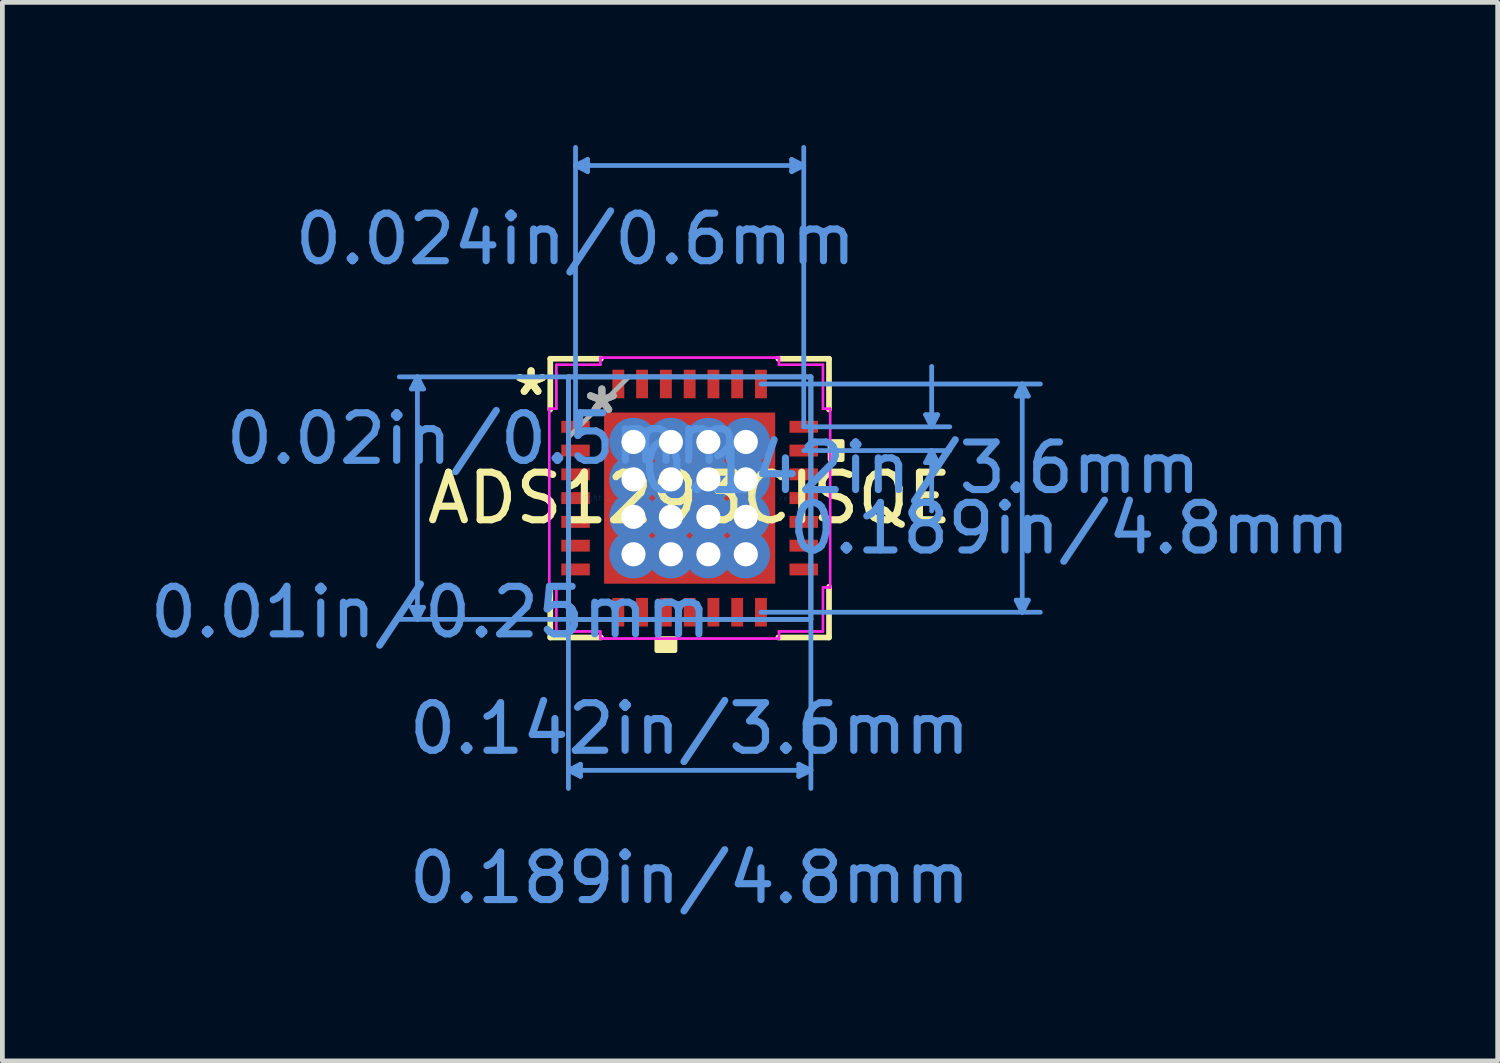
<source format=kicad_pcb>
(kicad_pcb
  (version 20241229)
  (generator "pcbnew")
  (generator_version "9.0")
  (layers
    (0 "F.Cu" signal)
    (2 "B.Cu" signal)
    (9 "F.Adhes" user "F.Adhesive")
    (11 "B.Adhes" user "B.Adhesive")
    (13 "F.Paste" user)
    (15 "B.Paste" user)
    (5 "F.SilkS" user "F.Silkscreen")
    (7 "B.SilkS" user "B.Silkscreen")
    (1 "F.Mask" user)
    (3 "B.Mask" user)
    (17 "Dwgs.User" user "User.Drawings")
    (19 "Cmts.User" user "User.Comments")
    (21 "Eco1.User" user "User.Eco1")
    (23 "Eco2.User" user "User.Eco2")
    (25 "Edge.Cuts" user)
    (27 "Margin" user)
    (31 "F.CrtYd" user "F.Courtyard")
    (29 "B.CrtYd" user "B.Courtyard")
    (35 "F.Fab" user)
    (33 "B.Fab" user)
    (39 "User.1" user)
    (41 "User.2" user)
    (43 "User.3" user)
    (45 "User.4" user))
  (footprint "ADS1293CISQE"
    (layer "F.Cu")
    (at 11.454 7.426)
    (property "Reference" "ADS1293CISQE" (at 0 0 0) (layer "F.SilkS") (effects (font (size 1 1) (thickness 0.15))))
    (attr through_hole)
    (fp_poly (pts (xy -1.863 -1.863) (xy -1.381 -1.863) (xy -1.381 1.863) (xy -1.863 1.863)) (stroke (width 0.1) (type solid)) (fill yes) (layer "F.Mask"))
    (fp_poly (pts (xy -1.863 -1.863) (xy 1.863 -1.863) (xy 1.863 -1.381) (xy -1.863 -1.381)) (stroke (width 0.1) (type solid)) (fill yes) (layer "F.Mask"))
    (fp_poly (pts (xy -1.863 -0.981) (xy 1.863 -0.981) (xy 1.863 -0.594) (xy -1.863 -0.594)) (stroke (width 0.1) (type solid)) (fill yes) (layer "F.Mask"))
    (fp_poly (pts (xy -1.863 -0.194) (xy 1.863 -0.194) (xy 1.863 0.194) (xy -1.863 0.194)) (stroke (width 0.1) (type solid)) (fill yes) (layer "F.Mask"))
    (fp_poly (pts (xy -1.863 0.594) (xy 1.863 0.594) (xy 1.863 0.981) (xy -1.863 0.981)) (stroke (width 0.1) (type solid)) (fill yes) (layer "F.Mask"))
    (fp_poly (pts (xy -1.863 1.381) (xy 1.863 1.381) (xy 1.863 1.863) (xy -1.863 1.863)) (stroke (width 0.1) (type solid)) (fill yes) (layer "F.Mask"))
    (fp_poly (pts (xy -0.594 -1.863) (xy -0.981 -1.863) (xy -0.981 1.863) (xy -0.594 1.863)) (stroke (width 0.1) (type solid)) (fill yes) (layer "F.Mask"))
    (fp_poly (pts (xy 0.194 -1.863) (xy -0.194 -1.863) (xy -0.194 1.863) (xy 0.194 1.863)) (stroke (width 0.1) (type solid)) (fill yes) (layer "F.Mask"))
    (fp_poly (pts (xy 0.981 -1.863) (xy 0.594 -1.863) (xy 0.594 1.863) (xy 0.981 1.863)) (stroke (width 0.1) (type solid)) (fill yes) (layer "F.Mask"))
    (fp_poly (pts (xy 1.381 -1.863) (xy 1.863 -1.863) (xy 1.863 1.863) (xy 1.381 1.863)) (stroke (width 0.1) (type solid)) (fill yes) (layer "F.Mask"))
    (fp_line (start -2.931 -2.931) (end -2.931 -1.864) (stroke (width 0.12) (type solid)) (layer "F.SilkS"))
    (fp_line (start -2.931 1.864) (end -2.931 2.931) (stroke (width 0.12) (type solid)) (layer "F.SilkS"))
    (fp_line (start -2.931 2.931) (end -1.864 2.931) (stroke (width 0.12) (type solid)) (layer "F.SilkS"))
    (fp_line (start -1.864 -2.931) (end -2.931 -2.931) (stroke (width 0.12) (type solid)) (layer "F.SilkS"))
    (fp_line (start 1.864 2.931) (end 2.931 2.931) (stroke (width 0.12) (type solid)) (layer "F.SilkS"))
    (fp_line (start 2.931 -2.931) (end 1.864 -2.931) (stroke (width 0.12) (type solid)) (layer "F.SilkS"))
    (fp_line (start 2.931 -1.864) (end 2.931 -2.931) (stroke (width 0.12) (type solid)) (layer "F.SilkS"))
    (fp_line (start 2.931 2.931) (end 2.931 1.864) (stroke (width 0.12) (type solid)) (layer "F.SilkS"))
    (fp_poly (pts (xy -0.69 2.954) (xy -0.69 3.208) (xy -0.309 3.208) (xy -0.309 2.954)) (stroke (width 0.1) (type solid)) (fill yes) (layer "F.SilkS"))
    (fp_poly (pts (xy 3.208 -1.191) (xy 3.208 -0.81) (xy 2.954 -0.81) (xy 2.954 -1.191)) (stroke (width 0.1) (type solid)) (fill yes) (layer "F.SilkS"))
    (fp_poly (pts (xy -1.725 -1.725) (xy -1.725 -1.281) (xy -1.423 -1.281) (xy -1.281 -1.423) (xy -1.281 -1.725)) (stroke (width 0.1) (type solid)) (fill yes) (layer "F.Paste"))
    (fp_poly (pts (xy -1.725 1.281) (xy -1.725 1.725) (xy -1.281 1.725) (xy -1.281 1.423) (xy -1.423 1.281)) (stroke (width 0.1) (type solid)) (fill yes) (layer "F.Paste"))
    (fp_poly (pts (xy 1.281 -1.725) (xy 1.281 -1.423) (xy 1.423 -1.281) (xy 1.725 -1.281) (xy 1.725 -1.725)) (stroke (width 0.1) (type solid)) (fill yes) (layer "F.Paste"))
    (fp_poly (pts (xy 1.423 1.281) (xy 1.281 1.423) (xy 1.281 1.725) (xy 1.725 1.725) (xy 1.725 1.281)) (stroke (width 0.1) (type solid)) (fill yes) (layer "F.Paste"))
    (fp_poly (pts (xy -1.725 -1.081) (xy -1.725 -0.494) (xy -1.423 -0.494) (xy -1.281 -0.635) (xy -1.281 -0.94) (xy -1.423 -1.081)) (stroke (width 0.1) (type solid)) (fill yes) (layer "F.Paste"))
    (fp_poly (pts (xy -1.725 -0.294) (xy -1.725 0.294) (xy -1.423 0.294) (xy -1.281 0.152) (xy -1.281 -0.152) (xy -1.423 -0.294)) (stroke (width 0.1) (type solid)) (fill yes) (layer "F.Paste"))
    (fp_poly (pts (xy -1.725 0.494) (xy -1.725 1.081) (xy -1.423 1.081) (xy -1.281 0.94) (xy -1.281 0.635) (xy -1.423 0.494)) (stroke (width 0.1) (type solid)) (fill yes) (layer "F.Paste"))
    (fp_poly (pts (xy -1.081 -1.725) (xy -1.081 -1.423) (xy -0.94 -1.281) (xy -0.635 -1.281) (xy -0.494 -1.423) (xy -0.494 -1.725)) (stroke (width 0.1) (type solid)) (fill yes) (layer "F.Paste"))
    (fp_poly (pts (xy -0.94 1.281) (xy -1.081 1.423) (xy -1.081 1.725) (xy -0.494 1.725) (xy -0.494 1.423) (xy -0.635 1.281)) (stroke (width 0.1) (type solid)) (fill yes) (layer "F.Paste"))
    (fp_poly (pts (xy -0.294 -1.725) (xy -0.294 -1.423) (xy -0.152 -1.281) (xy 0.152 -1.281) (xy 0.294 -1.423) (xy 0.294 -1.725)) (stroke (width 0.1) (type solid)) (fill yes) (layer "F.Paste"))
    (fp_poly (pts (xy -0.152 1.281) (xy -0.294 1.423) (xy -0.294 1.725) (xy 0.294 1.725) (xy 0.294 1.423) (xy 0.152 1.281)) (stroke (width 0.1) (type solid)) (fill yes) (layer "F.Paste"))
    (fp_poly (pts (xy 0.494 -1.725) (xy 0.494 -1.423) (xy 0.635 -1.281) (xy 0.94 -1.281) (xy 1.081 -1.423) (xy 1.081 -1.725)) (stroke (width 0.1) (type solid)) (fill yes) (layer "F.Paste"))
    (fp_poly (pts (xy 0.635 1.281) (xy 0.494 1.423) (xy 0.494 1.725) (xy 1.081 1.725) (xy 1.081 1.423) (xy 0.94 1.281)) (stroke (width 0.1) (type solid)) (fill yes) (layer "F.Paste"))
    (fp_poly (pts (xy 1.423 -1.081) (xy 1.281 -0.94) (xy 1.281 -0.635) (xy 1.423 -0.494) (xy 1.725 -0.494) (xy 1.725 -1.081)) (stroke (width 0.1) (type solid)) (fill yes) (layer "F.Paste"))
    (fp_poly (pts (xy 1.423 -0.294) (xy 1.281 -0.152) (xy 1.281 0.152) (xy 1.423 0.294) (xy 1.725 0.294) (xy 1.725 -0.294)) (stroke (width 0.1) (type solid)) (fill yes) (layer "F.Paste"))
    (fp_poly (pts (xy 1.423 0.494) (xy 1.281 0.635) (xy 1.281 0.94) (xy 1.423 1.081) (xy 1.725 1.081) (xy 1.725 0.494)) (stroke (width 0.1) (type solid)) (fill yes) (layer "F.Paste"))
    (fp_poly (pts (xy -0.94 -1.081) (xy -1.081 -0.94) (xy -1.081 -0.635) (xy -0.94 -0.494) (xy -0.635 -0.494) (xy -0.494 -0.635) (xy -0.494 -0.94) (xy -0.635 -1.081)) (stroke (width 0.1) (type solid)) (fill yes) (layer "F.Paste"))
    (fp_poly (pts (xy -0.94 -0.294) (xy -1.081 -0.152) (xy -1.081 0.152) (xy -0.94 0.294) (xy -0.635 0.294) (xy -0.494 0.152) (xy -0.494 -0.152) (xy -0.635 -0.294)) (stroke (width 0.1) (type solid)) (fill yes) (layer "F.Paste"))
    (fp_poly (pts (xy -0.94 0.494) (xy -1.081 0.635) (xy -1.081 0.94) (xy -0.94 1.081) (xy -0.635 1.081) (xy -0.494 0.94) (xy -0.494 0.635) (xy -0.635 0.494)) (stroke (width 0.1) (type solid)) (fill yes) (layer "F.Paste"))
    (fp_poly (pts (xy -0.152 -1.081) (xy -0.294 -0.94) (xy -0.294 -0.635) (xy -0.152 -0.494) (xy 0.152 -0.494) (xy 0.294 -0.635) (xy 0.294 -0.94) (xy 0.152 -1.081)) (stroke (width 0.1) (type solid)) (fill yes) (layer "F.Paste"))
    (fp_poly (pts (xy -0.152 -0.294) (xy -0.294 -0.152) (xy -0.294 0.152) (xy -0.152 0.294) (xy 0.152 0.294) (xy 0.294 0.152) (xy 0.294 -0.152) (xy 0.152 -0.294)) (stroke (width 0.1) (type solid)) (fill yes) (layer "F.Paste"))
    (fp_poly (pts (xy -0.152 0.494) (xy -0.294 0.635) (xy -0.294 0.94) (xy -0.152 1.081) (xy 0.152 1.081) (xy 0.294 0.94) (xy 0.294 0.635) (xy 0.152 0.494)) (stroke (width 0.1) (type solid)) (fill yes) (layer "F.Paste"))
    (fp_poly (pts (xy 0.635 -1.081) (xy 0.494 -0.94) (xy 0.494 -0.635) (xy 0.635 -0.494) (xy 0.94 -0.494) (xy 1.081 -0.635) (xy 1.081 -0.94) (xy 0.94 -1.081)) (stroke (width 0.1) (type solid)) (fill yes) (layer "F.Paste"))
    (fp_poly (pts (xy 0.635 -0.294) (xy 0.494 -0.152) (xy 0.494 0.152) (xy 0.635 0.294) (xy 0.94 0.294) (xy 1.081 0.152) (xy 1.081 -0.152) (xy 0.94 -0.294)) (stroke (width 0.1) (type solid)) (fill yes) (layer "F.Paste"))
    (fp_poly (pts (xy 0.635 0.494) (xy 0.494 0.635) (xy 0.494 0.94) (xy 0.635 1.081) (xy 0.94 1.081) (xy 1.081 0.94) (xy 1.081 0.635) (xy 0.94 0.494)) (stroke (width 0.1) (type solid)) (fill yes) (layer "F.Paste"))
    (fp_line (start -5.852 -2.296) (end -5.598 -2.296) (stroke (width 0.1) (type solid)) (layer "Cmts.User"))
    (fp_line (start -5.852 2.296) (end -5.598 2.296) (stroke (width 0.1) (type solid)) (layer "Cmts.User"))
    (fp_line (start -5.725 -2.55) (end -5.852 -2.296) (stroke (width 0.1) (type solid)) (layer "Cmts.User"))
    (fp_line (start -5.725 -2.55) (end -5.725 2.55) (stroke (width 0.1) (type solid)) (layer "Cmts.User"))
    (fp_line (start -5.725 -2.55) (end -5.598 -2.296) (stroke (width 0.1) (type solid)) (layer "Cmts.User"))
    (fp_line (start -5.725 2.55) (end -5.852 2.296) (stroke (width 0.1) (type solid)) (layer "Cmts.User"))
    (fp_line (start -5.725 2.55) (end -5.598 2.296) (stroke (width 0.1) (type solid)) (layer "Cmts.User"))
    (fp_line (start -2.55 -2.55) (end -2.55 6.106) (stroke (width 0.1) (type solid)) (layer "Cmts.User"))
    (fp_line (start -2.55 5.725) (end -2.296 5.598) (stroke (width 0.1) (type solid)) (layer "Cmts.User"))
    (fp_line (start -2.55 5.725) (end -2.296 5.852) (stroke (width 0.1) (type solid)) (layer "Cmts.User"))
    (fp_line (start -2.55 5.725) (end 2.55 5.725) (stroke (width 0.1) (type solid)) (layer "Cmts.User"))
    (fp_line (start -2.4 -6.995) (end -2.146 -7.122) (stroke (width 0.1) (type solid)) (layer "Cmts.User"))
    (fp_line (start -2.4 -6.995) (end -2.146 -6.868) (stroke (width 0.1) (type solid)) (layer "Cmts.User"))
    (fp_line (start -2.4 -6.995) (end 2.4 -6.995) (stroke (width 0.1) (type solid)) (layer "Cmts.User"))
    (fp_line (start -2.4 -1.5) (end -2.4 -7.376) (stroke (width 0.1) (type solid)) (layer "Cmts.User"))
    (fp_line (start -2.296 5.598) (end -2.296 5.852) (stroke (width 0.1) (type solid)) (layer "Cmts.User"))
    (fp_line (start -2.146 -7.122) (end -2.146 -6.868) (stroke (width 0.1) (type solid)) (layer "Cmts.User"))
    (fp_line (start 1.5 -2.4) (end 7.376 -2.4) (stroke (width 0.1) (type solid)) (layer "Cmts.User"))
    (fp_line (start 1.5 2.4) (end 7.376 2.4) (stroke (width 0.1) (type solid)) (layer "Cmts.User"))
    (fp_line (start 2.146 -7.122) (end 2.146 -6.868) (stroke (width 0.1) (type solid)) (layer "Cmts.User"))
    (fp_line (start 2.296 5.598) (end 2.296 5.852) (stroke (width 0.1) (type solid)) (layer "Cmts.User"))
    (fp_line (start 2.4 -6.995) (end 2.146 -7.122) (stroke (width 0.1) (type solid)) (layer "Cmts.User"))
    (fp_line (start 2.4 -6.995) (end 2.146 -6.868) (stroke (width 0.1) (type solid)) (layer "Cmts.User"))
    (fp_line (start 2.4 -1.5) (end 2.4 -7.376) (stroke (width 0.1) (type solid)) (layer "Cmts.User"))
    (fp_line (start 2.4 -1.5) (end 5.471 -1.5) (stroke (width 0.1) (type solid)) (layer "Cmts.User"))
    (fp_line (start 2.4 -1) (end 5.471 -1) (stroke (width 0.1) (type solid)) (layer "Cmts.User"))
    (fp_line (start 2.55 -2.55) (end -6.106 -2.55) (stroke (width 0.1) (type solid)) (layer "Cmts.User"))
    (fp_line (start 2.55 -2.55) (end 2.55 6.106) (stroke (width 0.1) (type solid)) (layer "Cmts.User"))
    (fp_line (start 2.55 2.55) (end -6.106 2.55) (stroke (width 0.1) (type solid)) (layer "Cmts.User"))
    (fp_line (start 2.55 5.725) (end 2.296 5.598) (stroke (width 0.1) (type solid)) (layer "Cmts.User"))
    (fp_line (start 2.55 5.725) (end 2.296 5.852) (stroke (width 0.1) (type solid)) (layer "Cmts.User"))
    (fp_line (start 4.963 -1.754) (end 5.217 -1.754) (stroke (width 0.1) (type solid)) (layer "Cmts.User"))
    (fp_line (start 4.963 -0.746) (end 5.217 -0.746) (stroke (width 0.1) (type solid)) (layer "Cmts.User"))
    (fp_line (start 5.09 -1.5) (end 4.963 -1.754) (stroke (width 0.1) (type solid)) (layer "Cmts.User"))
    (fp_line (start 5.09 -1.5) (end 5.09 -2.77) (stroke (width 0.1) (type solid)) (layer "Cmts.User"))
    (fp_line (start 5.09 -1.5) (end 5.217 -1.754) (stroke (width 0.1) (type solid)) (layer "Cmts.User"))
    (fp_line (start 5.09 -1) (end 4.963 -0.746) (stroke (width 0.1) (type solid)) (layer "Cmts.User"))
    (fp_line (start 5.09 -1) (end 5.09 0.27) (stroke (width 0.1) (type solid)) (layer "Cmts.User"))
    (fp_line (start 5.09 -1) (end 5.217 -0.746) (stroke (width 0.1) (type solid)) (layer "Cmts.User"))
    (fp_line (start 6.868 -2.146) (end 7.122 -2.146) (stroke (width 0.1) (type solid)) (layer "Cmts.User"))
    (fp_line (start 6.868 2.146) (end 7.122 2.146) (stroke (width 0.1) (type solid)) (layer "Cmts.User"))
    (fp_line (start 6.995 -2.4) (end 6.868 -2.146) (stroke (width 0.1) (type solid)) (layer "Cmts.User"))
    (fp_line (start 6.995 -2.4) (end 6.995 2.4) (stroke (width 0.1) (type solid)) (layer "Cmts.User"))
    (fp_line (start 6.995 -2.4) (end 7.122 -2.146) (stroke (width 0.1) (type solid)) (layer "Cmts.User"))
    (fp_line (start 6.995 2.4) (end 6.868 2.146) (stroke (width 0.1) (type solid)) (layer "Cmts.User"))
    (fp_line (start 6.995 2.4) (end 7.122 2.146) (stroke (width 0.1) (type solid)) (layer "Cmts.User"))
    (fp_line (start -2.954 -1.879) (end -2.804 -1.879) (stroke (width 0.05) (type solid)) (layer "F.CrtYd"))
    (fp_line (start -2.954 -1.879) (end -2.804 -1.879) (stroke (width 0.05) (type solid)) (layer "F.CrtYd"))
    (fp_line (start -2.954 1.879) (end -2.954 -1.879) (stroke (width 0.05) (type solid)) (layer "F.CrtYd"))
    (fp_line (start -2.954 1.879) (end -2.954 -1.879) (stroke (width 0.05) (type solid)) (layer "F.CrtYd"))
    (fp_line (start -2.804 -2.804) (end -1.879 -2.804) (stroke (width 0.05) (type solid)) (layer "F.CrtYd"))
    (fp_line (start -2.804 -2.804) (end -1.879 -2.804) (stroke (width 0.05) (type solid)) (layer "F.CrtYd"))
    (fp_line (start -2.804 -1.879) (end -2.804 -2.804) (stroke (width 0.05) (type solid)) (layer "F.CrtYd"))
    (fp_line (start -2.804 -1.879) (end -2.804 -2.804) (stroke (width 0.05) (type solid)) (layer "F.CrtYd"))
    (fp_line (start -2.804 1.879) (end -2.954 1.879) (stroke (width 0.05) (type solid)) (layer "F.CrtYd"))
    (fp_line (start -2.804 1.879) (end -2.954 1.879) (stroke (width 0.05) (type solid)) (layer "F.CrtYd"))
    (fp_line (start -2.804 2.804) (end -2.804 1.879) (stroke (width 0.05) (type solid)) (layer "F.CrtYd"))
    (fp_line (start -2.804 2.804) (end -2.804 1.879) (stroke (width 0.05) (type solid)) (layer "F.CrtYd"))
    (fp_line (start -1.879 -2.954) (end 1.879 -2.954) (stroke (width 0.05) (type solid)) (layer "F.CrtYd"))
    (fp_line (start -1.879 -2.954) (end 1.879 -2.954) (stroke (width 0.05) (type solid)) (layer "F.CrtYd"))
    (fp_line (start -1.879 -2.804) (end -1.879 -2.954) (stroke (width 0.05) (type solid)) (layer "F.CrtYd"))
    (fp_line (start -1.879 -2.804) (end -1.879 -2.954) (stroke (width 0.05) (type solid)) (layer "F.CrtYd"))
    (fp_line (start -1.879 2.804) (end -2.804 2.804) (stroke (width 0.05) (type solid)) (layer "F.CrtYd"))
    (fp_line (start -1.879 2.804) (end -2.804 2.804) (stroke (width 0.05) (type solid)) (layer "F.CrtYd"))
    (fp_line (start -1.879 2.954) (end -1.879 2.804) (stroke (width 0.05) (type solid)) (layer "F.CrtYd"))
    (fp_line (start -1.879 2.954) (end -1.879 2.804) (stroke (width 0.05) (type solid)) (layer "F.CrtYd"))
    (fp_line (start 1.879 -2.954) (end 1.879 -2.804) (stroke (width 0.05) (type solid)) (layer "F.CrtYd"))
    (fp_line (start 1.879 -2.954) (end 1.879 -2.804) (stroke (width 0.05) (type solid)) (layer "F.CrtYd"))
    (fp_line (start 1.879 -2.804) (end 2.804 -2.804) (stroke (width 0.05) (type solid)) (layer "F.CrtYd"))
    (fp_line (start 1.879 -2.804) (end 2.804 -2.804) (stroke (width 0.05) (type solid)) (layer "F.CrtYd"))
    (fp_line (start 1.879 2.804) (end 1.879 2.954) (stroke (width 0.05) (type solid)) (layer "F.CrtYd"))
    (fp_line (start 1.879 2.804) (end 1.879 2.954) (stroke (width 0.05) (type solid)) (layer "F.CrtYd"))
    (fp_line (start 1.879 2.954) (end -1.879 2.954) (stroke (width 0.05) (type solid)) (layer "F.CrtYd"))
    (fp_line (start 1.879 2.954) (end -1.879 2.954) (stroke (width 0.05) (type solid)) (layer "F.CrtYd"))
    (fp_line (start 2.804 -2.804) (end 2.804 -1.879) (stroke (width 0.05) (type solid)) (layer "F.CrtYd"))
    (fp_line (start 2.804 -2.804) (end 2.804 -1.879) (stroke (width 0.05) (type solid)) (layer "F.CrtYd"))
    (fp_line (start 2.804 -1.879) (end 2.954 -1.879) (stroke (width 0.05) (type solid)) (layer "F.CrtYd"))
    (fp_line (start 2.804 -1.879) (end 2.954 -1.879) (stroke (width 0.05) (type solid)) (layer "F.CrtYd"))
    (fp_line (start 2.804 1.879) (end 2.804 2.804) (stroke (width 0.05) (type solid)) (layer "F.CrtYd"))
    (fp_line (start 2.804 1.879) (end 2.804 2.804) (stroke (width 0.05) (type solid)) (layer "F.CrtYd"))
    (fp_line (start 2.804 2.804) (end 1.879 2.804) (stroke (width 0.05) (type solid)) (layer "F.CrtYd"))
    (fp_line (start 2.804 2.804) (end 1.879 2.804) (stroke (width 0.05) (type solid)) (layer "F.CrtYd"))
    (fp_line (start 2.954 -1.879) (end 2.954 1.879) (stroke (width 0.05) (type solid)) (layer "F.CrtYd"))
    (fp_line (start 2.954 -1.879) (end 2.954 1.879) (stroke (width 0.05) (type solid)) (layer "F.CrtYd"))
    (fp_line (start 2.954 1.879) (end 2.804 1.879) (stroke (width 0.05) (type solid)) (layer "F.CrtYd"))
    (fp_line (start 2.954 1.879) (end 2.804 1.879) (stroke (width 0.05) (type solid)) (layer "F.CrtYd"))
    (fp_line (start -2.55 -2.55) (end -2.55 2.55) (stroke (width 0.1) (type solid)) (layer "F.Fab"))
    (fp_line (start -2.55 -1.28) (end -1.28 -2.55) (stroke (width 0.1) (type solid)) (layer "F.Fab"))
    (fp_line (start -2.55 2.55) (end 2.55 2.55) (stroke (width 0.1) (type solid)) (layer "F.Fab"))
    (fp_line (start 2.55 -2.55) (end -2.55 -2.55) (stroke (width 0.1) (type solid)) (layer "F.Fab"))
    (fp_line (start 2.55 2.55) (end 2.55 -2.55) (stroke (width 0.1) (type solid)) (layer "F.Fab"))
    (fp_text user "*" (at -3.335 -2.131 0) (layer "F.SilkS") (effects (font (size 1 1) (thickness 0.15))))
    (fp_text user "*" (at -3.335 -2.131 0) (layer "F.SilkS") (effects (font (size 1 1) (thickness 0.15))))
    (fp_text user "0.189in/4.8mm" (at 0 7.988 0) (layer "Cmts.User") (effects (font (size 1 1) (thickness 0.15))))
    (fp_text user "0.01in/0.25mm" (at -5.448 2.4 0) (layer "Cmts.User") (effects (font (size 1 1) (thickness 0.15))))
    (fp_text user "0.189in/4.8mm" (at 7.988 0.635 0) (layer "Cmts.User") (effects (font (size 1 1) (thickness 0.15))))
    (fp_text user "0.142in/3.6mm" (at 0 4.848 0) (layer "Cmts.User") (effects (font (size 1 1) (thickness 0.15))))
    (fp_text user "0.142in/3.6mm" (at 4.848 -0.635 0) (layer "Cmts.User") (effects (font (size 1 1) (thickness 0.15))))
    (fp_text user "Copyright 2021 Accelerated Designs. All rights reserved." (at 0 0 0) (layer "Cmts.User") (effects (font (size 0.127 0.127) (thickness 0.002))))
    (fp_text user "0.02in/0.5mm" (at -4.328 -1.25 0) (layer "Cmts.User") (effects (font (size 1 1) (thickness 0.15))))
    (fp_text user "0.024in/0.6mm" (at -2.4 -5.448 0) (layer "Cmts.User") (effects (font (size 1 1) (thickness 0.15))))
    (fp_text user "*" (at -1.846 -1.75 0) (layer "F.Fab") (effects (font (size 1 1) (thickness 0.15))))
    (fp_text user "*" (at -1.846 -1.75 0) (layer "F.Fab") (effects (font (size 1 1) (thickness 0.15))))
    (pad "1" smd rect (at -2.4 -1.5 90) (size 0.25 0.6) (layers "F.Cu" "F.Mask" "F.Paste"))
    (pad "2" smd rect (at -2.4 -1 90) (size 0.25 0.6) (layers "F.Cu" "F.Mask" "F.Paste"))
    (pad "3" smd rect (at -2.4 -0.5 90) (size 0.25 0.6) (layers "F.Cu" "F.Mask" "F.Paste"))
    (pad "4" smd rect (at -2.4 0 90) (size 0.25 0.6) (layers "F.Cu" "F.Mask" "F.Paste"))
    (pad "5" smd rect (at -2.4 0.5 90) (size 0.25 0.6) (layers "F.Cu" "F.Mask" "F.Paste"))
    (pad "6" smd rect (at -2.4 1 90) (size 0.25 0.6) (layers "F.Cu" "F.Mask" "F.Paste"))
    (pad "7" smd rect (at -2.4 1.5 90) (size 0.25 0.6) (layers "F.Cu" "F.Mask" "F.Paste"))
    (pad "8" smd rect (at -1.5 2.4) (size 0.25 0.6) (layers "F.Cu" "F.Mask" "F.Paste"))
    (pad "9" smd rect (at -1 2.4) (size 0.25 0.6) (layers "F.Cu" "F.Mask" "F.Paste"))
    (pad "10" smd rect (at -0.5 2.4) (size 0.25 0.6) (layers "F.Cu" "F.Mask" "F.Paste"))
    (pad "11" smd rect (at 0 2.4) (size 0.25 0.6) (layers "F.Cu" "F.Mask" "F.Paste"))
    (pad "12" smd rect (at 0.5 2.4) (size 0.25 0.6) (layers "F.Cu" "F.Mask" "F.Paste"))
    (pad "13" smd rect (at 1 2.4) (size 0.25 0.6) (layers "F.Cu" "F.Mask" "F.Paste"))
    (pad "14" smd rect (at 1.5 2.4) (size 0.25 0.6) (layers "F.Cu" "F.Mask" "F.Paste"))
    (pad "15" smd rect (at 2.4 1.5 90) (size 0.25 0.6) (layers "F.Cu" "F.Mask" "F.Paste"))
    (pad "16" smd rect (at 2.4 1 90) (size 0.25 0.6) (layers "F.Cu" "F.Mask" "F.Paste"))
    (pad "17" smd rect (at 2.4 0.5 90) (size 0.25 0.6) (layers "F.Cu" "F.Mask" "F.Paste"))
    (pad "18" smd rect (at 2.4 0 90) (size 0.25 0.6) (layers "F.Cu" "F.Mask" "F.Paste"))
    (pad "19" smd rect (at 2.4 -0.5 90) (size 0.25 0.6) (layers "F.Cu" "F.Mask" "F.Paste"))
    (pad "20" smd rect (at 2.4 -1 90) (size 0.25 0.6) (layers "F.Cu" "F.Mask" "F.Paste"))
    (pad "21" smd rect (at 2.4 -1.5 90) (size 0.25 0.6) (layers "F.Cu" "F.Mask" "F.Paste"))
    (pad "22" smd rect (at 1.5 -2.4) (size 0.25 0.6) (layers "F.Cu" "F.Mask" "F.Paste"))
    (pad "23" smd rect (at 1 -2.4) (size 0.25 0.6) (layers "F.Cu" "F.Mask" "F.Paste"))
    (pad "24" smd rect (at 0.5 -2.4) (size 0.25 0.6) (layers "F.Cu" "F.Mask" "F.Paste"))
    (pad "25" smd rect (at 0 -2.4) (size 0.25 0.6) (layers "F.Cu" "F.Mask" "F.Paste"))
    (pad "26" smd rect (at -0.5 -2.4) (size 0.25 0.6) (layers "F.Cu" "F.Mask" "F.Paste"))
    (pad "27" smd rect (at -1 -2.4) (size 0.25 0.6) (layers "F.Cu" "F.Mask" "F.Paste"))
    (pad "28" smd rect (at -1.5 -2.4) (size 0.25 0.6) (layers "F.Cu" "F.Mask" "F.Paste"))
    (pad "29" smd rect (at 0 0) (size 3.6 3.6) (layers "F.Cu"))
    (pad "V" thru_hole circle (at -1.181 -1.181) (size 1.016 1.016) (drill 0.508) (layers "*.Cu" "*.Mask"))
    (pad "V" thru_hole circle (at -1.181 -0.394) (size 1.016 1.016) (drill 0.508) (layers "*.Cu" "*.Mask"))
    (pad "V" thru_hole circle (at -1.181 0.394) (size 1.016 1.016) (drill 0.508) (layers "*.Cu" "*.Mask"))
    (pad "V" thru_hole circle (at -1.181 1.181) (size 1.016 1.016) (drill 0.508) (layers "*.Cu" "*.Mask"))
    (pad "V" thru_hole circle (at -0.394 -1.181) (size 1.016 1.016) (drill 0.508) (layers "*.Cu" "*.Mask"))
    (pad "V" thru_hole circle (at -0.394 -0.394) (size 1.016 1.016) (drill 0.508) (layers "*.Cu" "*.Mask"))
    (pad "V" thru_hole circle (at -0.394 0.394) (size 1.016 1.016) (drill 0.508) (layers "*.Cu" "*.Mask"))
    (pad "V" thru_hole circle (at -0.394 1.181) (size 1.016 1.016) (drill 0.508) (layers "*.Cu" "*.Mask"))
    (pad "V" thru_hole circle (at 0.394 -1.181) (size 1.016 1.016) (drill 0.508) (layers "*.Cu" "*.Mask"))
    (pad "V" thru_hole circle (at 0.394 -0.394) (size 1.016 1.016) (drill 0.508) (layers "*.Cu" "*.Mask"))
    (pad "V" thru_hole circle (at 0.394 0.394) (size 1.016 1.016) (drill 0.508) (layers "*.Cu" "*.Mask"))
    (pad "V" thru_hole circle (at 0.394 1.181) (size 1.016 1.016) (drill 0.508) (layers "*.Cu" "*.Mask"))
    (pad "V" thru_hole circle (at 1.181 -1.181) (size 1.016 1.016) (drill 0.508) (layers "*.Cu" "*.Mask"))
    (pad "V" thru_hole circle (at 1.181 -0.394) (size 1.016 1.016) (drill 0.508) (layers "*.Cu" "*.Mask"))
    (pad "V" thru_hole circle (at 1.181 0.394) (size 1.016 1.016) (drill 0.508) (layers "*.Cu" "*.Mask"))
    (pad "V" thru_hole circle (at 1.181 1.181) (size 1.016 1.016) (drill 0.508) (layers "*.Cu" "*.Mask")))
  (gr_rect
    (start -3 -3)
    (end 28.448 19.262)
    (stroke (width 0.1) (type default))
    (fill no)
    (layer "Edge.Cuts")))
</source>
